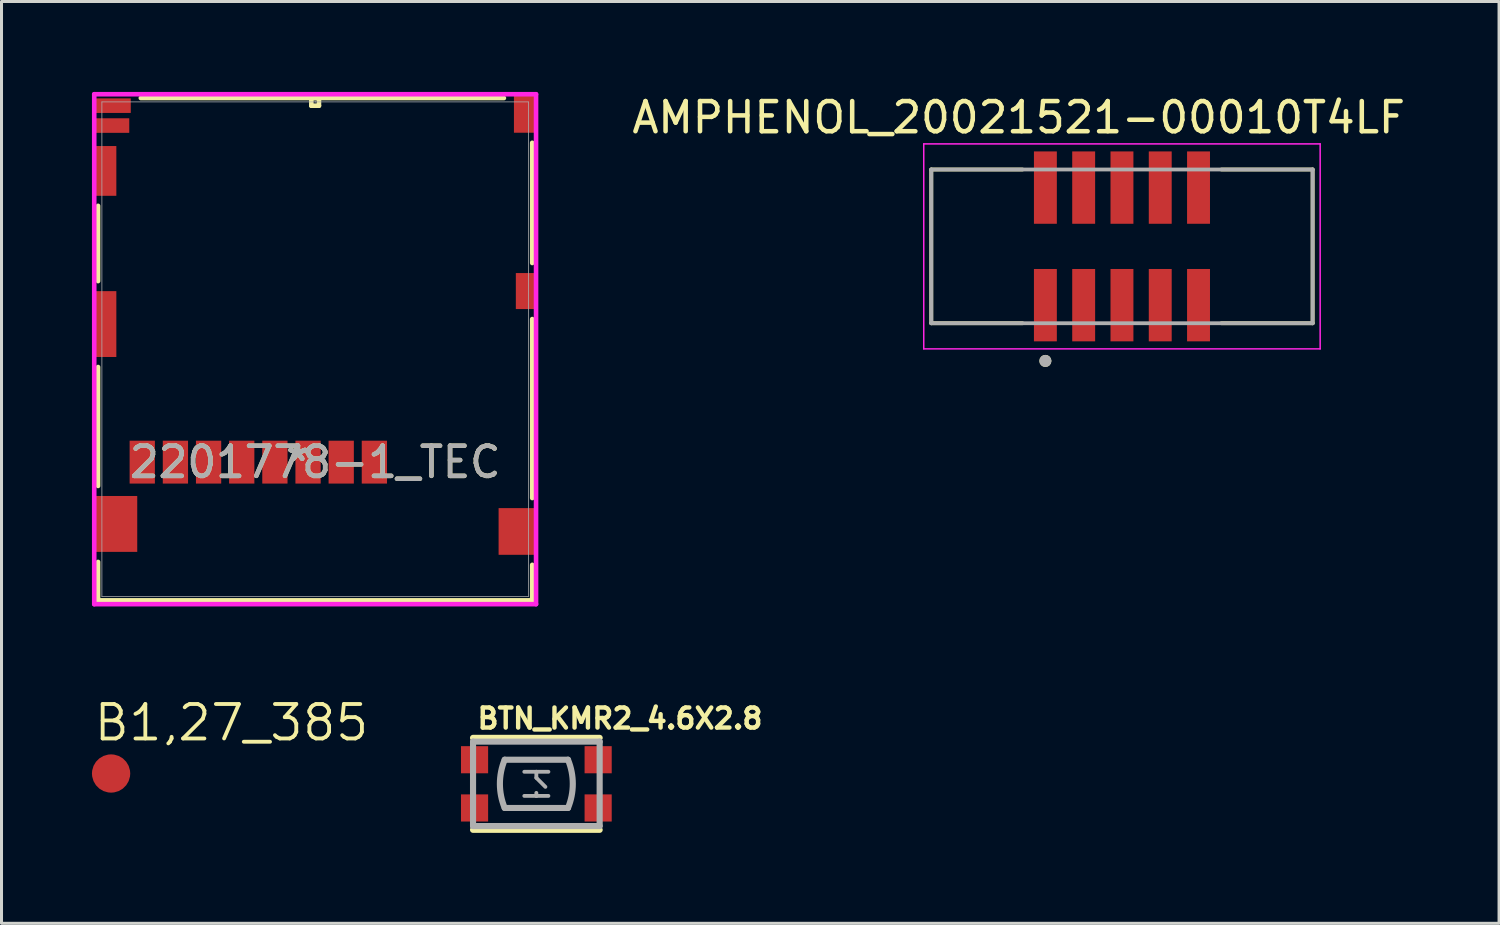
<source format=kicad_pcb>
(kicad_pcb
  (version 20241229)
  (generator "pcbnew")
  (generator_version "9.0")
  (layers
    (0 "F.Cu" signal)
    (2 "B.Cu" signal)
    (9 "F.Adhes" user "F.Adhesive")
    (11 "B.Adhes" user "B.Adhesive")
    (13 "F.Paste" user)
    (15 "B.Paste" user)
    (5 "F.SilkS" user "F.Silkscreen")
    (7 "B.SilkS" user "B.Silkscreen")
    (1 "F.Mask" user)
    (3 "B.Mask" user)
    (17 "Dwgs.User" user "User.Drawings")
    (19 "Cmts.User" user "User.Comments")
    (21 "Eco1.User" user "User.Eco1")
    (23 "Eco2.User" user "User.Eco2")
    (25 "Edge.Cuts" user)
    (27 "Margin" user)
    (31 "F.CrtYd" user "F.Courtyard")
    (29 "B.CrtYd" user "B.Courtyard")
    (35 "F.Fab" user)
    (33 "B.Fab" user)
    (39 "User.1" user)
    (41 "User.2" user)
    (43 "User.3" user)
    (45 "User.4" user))
  (footprint "2201778-1_TEC"
    (layer "F.Cu")
    (at 7.404 8.534)
    (property "Reference" "2201778-1_TEC" (at 0 3.746 0) (unlocked yes) (layer "F.SilkS") (effects (font (size 1 1) (thickness 0.15))))
    (attr smd)
    (fp_line (start -7.201 -4.756) (end -7.201 -2.259) (stroke (width 0.152) (type solid)) (layer "F.SilkS"))
    (fp_line (start -7.201 0.591) (end -7.201 4.536) (stroke (width 0.152) (type solid)) (layer "F.SilkS"))
    (fp_line (start -7.201 7.056) (end -7.201 8.331) (stroke (width 0.152) (type solid)) (layer "F.SilkS"))
    (fp_line (start -7.201 8.331) (end 7.201 8.331) (stroke (width 0.152) (type solid)) (layer "F.SilkS"))
    (fp_line (start -0.127 -8.331) (end -0.127 -8.077) (stroke (width 0.152) (type solid)) (layer "F.SilkS"))
    (fp_line (start -0.127 -8.077) (end 0.127 -8.077) (stroke (width 0.152) (type solid)) (layer "F.SilkS"))
    (fp_line (start 0.127 -8.331) (end -0.127 -8.331) (stroke (width 0.152) (type solid)) (layer "F.SilkS"))
    (fp_line (start 0.127 -8.077) (end 0.127 -8.331) (stroke (width 0.152) (type solid)) (layer "F.SilkS"))
    (fp_line (start 6.262 -8.331) (end -5.783 -8.331) (stroke (width 0.152) (type solid)) (layer "F.SilkS"))
    (fp_line (start 7.201 -2.859) (end 7.201 -6.848) (stroke (width 0.152) (type solid)) (layer "F.SilkS"))
    (fp_line (start 7.201 4.938) (end 7.201 -1) (stroke (width 0.152) (type solid)) (layer "F.SilkS"))
    (fp_line (start 7.201 8.331) (end 7.201 7.153) (stroke (width 0.152) (type solid)) (layer "F.SilkS"))
    (fp_line (start -7.328 -8.458) (end -7.328 8.458) (stroke (width 0.152) (type solid)) (layer "F.CrtYd"))
    (fp_line (start -7.328 8.458) (end 7.328 8.458) (stroke (width 0.152) (type solid)) (layer "F.CrtYd"))
    (fp_line (start 7.328 -8.458) (end -7.328 -8.458) (stroke (width 0.152) (type solid)) (layer "F.CrtYd"))
    (fp_line (start 7.328 8.458) (end 7.328 -8.458) (stroke (width 0.152) (type solid)) (layer "F.CrtYd"))
    (fp_line (start -7.074 -8.204) (end -7.074 8.204) (stroke (width 0.025) (type solid)) (layer "F.Fab"))
    (fp_line (start -7.074 8.204) (end 7.074 8.204) (stroke (width 0.025) (type solid)) (layer "F.Fab"))
    (fp_line (start 0 -8.204) (end 0 -8.204) (stroke (width 0.025) (type solid)) (layer "F.Fab"))
    (fp_line (start 0 -8.204) (end 0 -8.204) (stroke (width 0.025) (type solid)) (layer "F.Fab"))
    (fp_line (start 0 -8.204) (end 0 -8.204) (stroke (width 0.025) (type solid)) (layer "F.Fab"))
    (fp_line (start 0 -8.204) (end 0 -8.204) (stroke (width 0.025) (type solid)) (layer "F.Fab"))
    (fp_line (start 7.074 -8.204) (end -7.074 -8.204) (stroke (width 0.025) (type solid)) (layer "F.Fab"))
    (fp_line (start 7.074 8.204) (end 7.074 -8.204) (stroke (width 0.025) (type solid)) (layer "F.Fab"))
    (fp_text user "*" (at -0.575 3.746 0) (unlocked yes) (layer "F.SilkS") (effects (font (size 1 1) (thickness 0.15))))
    (fp_text user "*" (at -0.575 3.746 0) (layer "F.SilkS") (effects (font (size 1 1) (thickness 0.15))))
    (fp_text user "*" (at -0.575 3.746 0) (unlocked yes) (layer "F.Fab") (effects (font (size 1 1) (thickness 0.15))))
    (fp_text user "*" (at -0.575 3.746 0) (layer "F.Fab") (effects (font (size 1 1) (thickness 0.15))))
    (fp_text user "${REFERENCE}" (at 0 3.746 0) (unlocked yes) (layer "F.Fab") (effects (font (size 1 1) (thickness 0.15))))
    (pad "1" smd rect (at 1.965 3.746) (size 0.838 1.422) (layers "F.Cu" "F.Mask" "F.Paste"))
    (pad "2" smd rect (at 0.865 3.746) (size 0.838 1.422) (layers "F.Cu" "F.Mask" "F.Paste"))
    (pad "3" smd rect (at -0.235 3.746) (size 0.838 1.422) (layers "F.Cu" "F.Mask" "F.Paste"))
    (pad "4" smd rect (at -1.335 3.746) (size 0.838 1.422) (layers "F.Cu" "F.Mask" "F.Paste"))
    (pad "5" smd rect (at -2.435 3.746) (size 0.838 1.422) (layers "F.Cu" "F.Mask" "F.Paste"))
    (pad "6" smd rect (at -3.535 3.746) (size 0.838 1.422) (layers "F.Cu" "F.Mask" "F.Paste"))
    (pad "7" smd rect (at -4.635 3.746) (size 0.838 1.422) (layers "F.Cu" "F.Mask" "F.Paste"))
    (pad "8" smd rect (at -5.735 3.746) (size 0.838 1.422) (layers "F.Cu" "F.Mask" "F.Paste"))
    (pad "9" smd rect (at -6.7 -8.079) (size 1.168 0.483) (layers "F.Cu" "F.Mask" "F.Paste"))
    (pad "10" smd rect (at -6.725 -7.419) (size 1.118 0.483) (layers "F.Cu" "F.Mask" "F.Paste"))
    (pad "11" smd rect (at -6.6 5.796) (size 1.397 1.854) (layers "F.Cu" "F.Mask" "F.Paste"))
    (pad "12" smd rect (at -6.95 -0.834) (size 0.711 2.184) (layers "F.Cu" "F.Mask" "F.Paste"))
    (pad "13" smd rect (at -6.95 -5.914) (size 0.711 1.651) (layers "F.Cu" "F.Mask" "F.Paste"))
    (pad "14" smd rect (at 6.95 -7.854) (size 0.711 1.346) (layers "F.Cu" "F.Mask" "F.Paste"))
    (pad "15" smd rect (at 6.975 -1.929) (size 0.635 1.194) (layers "F.Cu" "F.Mask" "F.Paste"))
    (pad "16" smd rect (at 6.695 6.046) (size 1.219 1.549) (layers "F.Cu" "F.Mask" "F.Paste")))
  (footprint "BTN_KMR2_4.6X2.8"
    (layer "F.Cu")
    (at 14.742 22.952)
    (property "Reference" "BTN_KMR2_4.6X2.8" (at -2.032 -1.778 0) (unlocked yes) (layer "F.SilkS") (effects (font (size 0.666 0.666) (thickness 0.146)) (justify left bottom)))
    (fp_line (start -2.1 -1.525) (end 2.1 -1.525) (stroke (width 0.203) (type solid)) (layer "F.SilkS"))
    (fp_line (start 2.1 1.525) (end -2.1 1.525) (stroke (width 0.203) (type solid)) (layer "F.SilkS"))
    (fp_line (start -2.1 -1.4) (end 2.1 -1.4) (stroke (width 0.203) (type solid)) (layer "F.Fab"))
    (fp_line (start -2.1 1.4) (end -2.1 -1.4) (stroke (width 0.203) (type solid)) (layer "F.Fab"))
    (fp_line (start -1.05 -0.8) (end 1.05 -0.8) (stroke (width 0.203) (type solid)) (layer "F.Fab"))
    (fp_line (start -0.4 -0.4) (end 0 -0.4) (stroke (width 0.127) (type solid)) (layer "F.Fab"))
    (fp_line (start -0.4 0.4) (end 0 0.4) (stroke (width 0.127) (type solid)) (layer "F.Fab"))
    (fp_line (start 0 -0.4) (end 0 -0.2) (stroke (width 0.127) (type solid)) (layer "F.Fab"))
    (fp_line (start 0 -0.4) (end 0.4 -0.4) (stroke (width 0.127) (type solid)) (layer "F.Fab"))
    (fp_line (start 0 -0.2) (end 0.3 0.1) (stroke (width 0.127) (type solid)) (layer "F.Fab"))
    (fp_line (start 0 0.4) (end 0 0.3) (stroke (width 0.127) (type solid)) (layer "F.Fab"))
    (fp_line (start 0 0.4) (end 0.4 0.4) (stroke (width 0.127) (type solid)) (layer "F.Fab"))
    (fp_line (start 1.05 0.8) (end -1.05 0.8) (stroke (width 0.203) (type solid)) (layer "F.Fab"))
    (fp_line (start 2.1 -1.4) (end 2.1 1.4) (stroke (width 0.203) (type solid)) (layer "F.Fab"))
    (fp_line (start 2.1 1.4) (end -2.1 1.4) (stroke (width 0.203) (type solid)) (layer "F.Fab"))
    (fp_arc (start -1.05 0.8) (mid -1.209128 0) (end -1.05 -0.799999) (stroke (width 0.2032) (type solid)) (layer "F.Fab"))
    (fp_arc (start 1.05 -0.8) (mid 1.209128 0) (end 1.05 0.799999) (stroke (width 0.2032) (type solid)) (layer "F.Fab"))
    (pad "A" smd rect (at 2.05 -0.8) (size 0.9 0.9) (layers "F.Cu" "F.Mask" "F.Paste"))
    (pad "A'" smd rect (at -2.05 -0.8) (size 0.9 0.9) (layers "F.Cu" "F.Mask" "F.Paste"))
    (pad "B" smd rect (at 2.05 0.8) (size 0.9 0.9) (layers "F.Cu" "F.Mask" "F.Paste"))
    (pad "B'" smd rect (at -2.05 0.8) (size 0.9 0.9) (layers "F.Cu" "F.Mask" "F.Paste")))
  (footprint "B1,27_385"
    (layer "F.Cu")
    (at 0.635 22.609)
    (property "Reference" "B1,27_385" (at -0.635 -1.016 0) (unlocked yes) (layer "F.SilkS") (effects (font (size 1.143 1.143) (thickness 0.127)) (justify left bottom)))
    (pad "TP" smd roundrect (at 0 0) (size 1.27 1.27) (layers "F.Cu" "F.Mask") (roundrect_rratio 0.5)))
  (footprint "AMPHENOL_20021521-00010T4LF"
    (layer "F.Cu")
    (at 34.168 5.123)
    (property "Reference" "AMPHENOL_20021521-00010T4LF" (at -3.425 -4.275 0) (layer "F.SilkS") (effects (font (size 1 1) (thickness 0.15))))
    (attr smd)
    (fp_line (start -6.325 -2.55) (end -6.325 2.55) (stroke (width 0.127) (type solid)) (layer "F.SilkS"))
    (fp_line (start -6.325 2.55) (end -3.3 2.55) (stroke (width 0.127) (type solid)) (layer "F.SilkS"))
    (fp_line (start -3.3 -2.55) (end -6.325 -2.55) (stroke (width 0.127) (type solid)) (layer "F.SilkS"))
    (fp_line (start 3.3 2.55) (end 6.325 2.55) (stroke (width 0.127) (type solid)) (layer "F.SilkS"))
    (fp_line (start 6.325 -2.55) (end 3.3 -2.55) (stroke (width 0.127) (type solid)) (layer "F.SilkS"))
    (fp_line (start 6.325 2.55) (end 6.325 -2.55) (stroke (width 0.127) (type solid)) (layer "F.SilkS"))
    (fp_circle (center -2.54 3.8) (end -2.44 3.8) (stroke (width 0.2) (type solid)) (fill no) (layer "F.SilkS"))
    (fp_line (start -6.575 -3.4) (end -6.575 3.4) (stroke (width 0.05) (type solid)) (layer "F.CrtYd"))
    (fp_line (start -6.575 3.4) (end 6.575 3.4) (stroke (width 0.05) (type solid)) (layer "F.CrtYd"))
    (fp_line (start 6.575 -3.4) (end -6.575 -3.4) (stroke (width 0.05) (type solid)) (layer "F.CrtYd"))
    (fp_line (start 6.575 3.4) (end 6.575 -3.4) (stroke (width 0.05) (type solid)) (layer "F.CrtYd"))
    (fp_line (start -6.325 -2.55) (end -6.325 2.55) (stroke (width 0.127) (type solid)) (layer "F.Fab"))
    (fp_line (start -6.325 2.55) (end 6.325 2.55) (stroke (width 0.127) (type solid)) (layer "F.Fab"))
    (fp_line (start 6.325 -2.55) (end -6.325 -2.55) (stroke (width 0.127) (type solid)) (layer "F.Fab"))
    (fp_line (start 6.325 2.55) (end 6.325 -2.55) (stroke (width 0.127) (type solid)) (layer "F.Fab"))
    (fp_circle (center -2.54 3.8) (end -2.44 3.8) (stroke (width 0.2) (type solid)) (fill no) (layer "F.Fab"))
    (pad "1" smd rect (at -2.54 1.95) (size 0.76 2.4) (layers "F.Cu" "F.Mask" "F.Paste"))
    (pad "2" smd rect (at -2.54 -1.95) (size 0.76 2.4) (layers "F.Cu" "F.Mask" "F.Paste"))
    (pad "3" smd rect (at -1.27 1.95) (size 0.76 2.4) (layers "F.Cu" "F.Mask" "F.Paste"))
    (pad "4" smd rect (at -1.27 -1.95) (size 0.76 2.4) (layers "F.Cu" "F.Mask" "F.Paste"))
    (pad "5" smd rect (at 0 1.95) (size 0.76 2.4) (layers "F.Cu" "F.Mask" "F.Paste"))
    (pad "6" smd rect (at 0 -1.95) (size 0.76 2.4) (layers "F.Cu" "F.Mask" "F.Paste"))
    (pad "7" smd rect (at 1.27 1.95) (size 0.76 2.4) (layers "F.Cu" "F.Mask" "F.Paste"))
    (pad "8" smd rect (at 1.27 -1.95) (size 0.76 2.4) (layers "F.Cu" "F.Mask" "F.Paste"))
    (pad "9" smd rect (at 2.54 1.95) (size 0.76 2.4) (layers "F.Cu" "F.Mask" "F.Paste"))
    (pad "10" smd rect (at 2.54 -1.95) (size 0.76 2.4) (layers "F.Cu" "F.Mask" "F.Paste")))
  (gr_rect
    (start -3 -3)
    (end 46.677 27.579)
    (stroke (width 0.1) (type default))
    (fill no)
    (layer "Edge.Cuts")))
</source>
